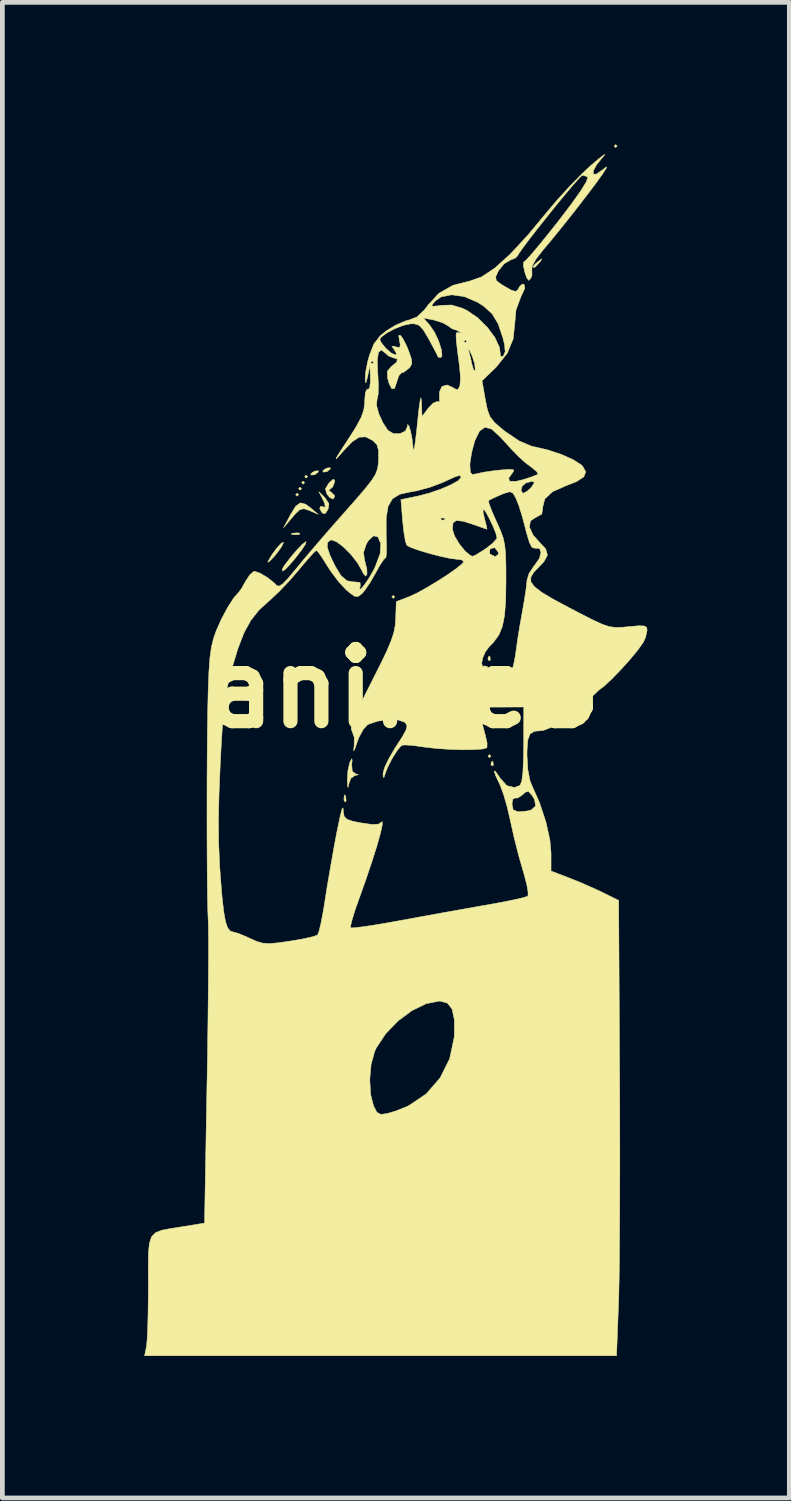
<source format=kicad_pcb>
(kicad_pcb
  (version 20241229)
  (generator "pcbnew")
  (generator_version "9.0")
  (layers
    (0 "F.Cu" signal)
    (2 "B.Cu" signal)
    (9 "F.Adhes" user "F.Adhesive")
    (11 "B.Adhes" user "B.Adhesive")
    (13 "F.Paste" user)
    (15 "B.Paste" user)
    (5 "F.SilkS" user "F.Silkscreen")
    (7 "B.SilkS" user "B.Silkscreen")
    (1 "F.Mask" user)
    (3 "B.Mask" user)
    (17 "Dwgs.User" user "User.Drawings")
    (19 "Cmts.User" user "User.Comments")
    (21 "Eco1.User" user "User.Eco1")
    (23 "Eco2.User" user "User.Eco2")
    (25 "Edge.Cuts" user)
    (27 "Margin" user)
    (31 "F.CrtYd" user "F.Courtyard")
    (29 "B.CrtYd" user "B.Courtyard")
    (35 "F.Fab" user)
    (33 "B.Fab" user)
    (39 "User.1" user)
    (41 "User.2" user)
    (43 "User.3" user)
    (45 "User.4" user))
  (footprint "anime5"
    (layer "F.Cu")
    (at 5.482 11.498)
    (property "Reference" "anime5" (at 0 0 0) (layer "F.SilkS") (effects (font (size 1.524 1.524) (thickness 0.3))))
    (attr through_hole)
    (fp_poly (pts (xy -2.223 -4.096) (xy -2.254 -4.064) (xy -2.286 -4.096) (xy -2.254 -4.128) (xy -2.223 -4.096)) (stroke (width 0.01) (type solid)) (fill yes) (layer "F.SilkS"))
    (fp_poly (pts (xy -2.159 -4.223) (xy -2.191 -4.191) (xy -2.223 -4.223) (xy -2.191 -4.255) (xy -2.159 -4.223)) (stroke (width 0.01) (type solid)) (fill yes) (layer "F.SilkS"))
    (fp_poly (pts (xy -2.095 -4.35) (xy -2.127 -4.318) (xy -2.159 -4.35) (xy -2.127 -4.381) (xy -2.095 -4.35)) (stroke (width 0.01) (type solid)) (fill yes) (layer "F.SilkS"))
    (fp_poly (pts (xy -2.032 -4.477) (xy -2.064 -4.445) (xy -2.095 -4.477) (xy -2.064 -4.508) (xy -2.032 -4.477)) (stroke (width 0.01) (type solid)) (fill yes) (layer "F.SilkS"))
    (fp_poly (pts (xy -0.191 -1.937) (xy -0.222 -1.905) (xy -0.254 -1.937) (xy -0.222 -1.968) (xy -0.191 -1.937)) (stroke (width 0.01) (type solid)) (fill yes) (layer "F.SilkS"))
    (fp_poly (pts (xy 1.841 1.429) (xy 1.81 1.46) (xy 1.778 1.429) (xy 1.81 1.397) (xy 1.841 1.429)) (stroke (width 0.01) (type solid)) (fill yes) (layer "F.SilkS"))
    (fp_poly (pts (xy 4.508 -11.462) (xy 4.477 -11.43) (xy 4.445 -11.462) (xy 4.477 -11.493) (xy 4.508 -11.462)) (stroke (width 0.01) (type solid)) (fill yes) (layer "F.SilkS"))
    (fp_poly (pts (xy -2.207 -3.281) (xy -2.199 -3.257) (xy -2.286 -3.249) (xy -2.376 -3.259) (xy -2.365 -3.281) (xy -2.235 -3.289) (xy -2.207 -3.281)) (stroke (width 0.01) (type solid)) (fill yes) (layer "F.SilkS"))
    (fp_poly (pts (xy -1.227 2.274) (xy -1.219 2.373) (xy -1.232 2.396) (xy -1.26 2.377) (xy -1.265 2.312) (xy -1.249 2.245) (xy -1.227 2.274)) (stroke (width 0.01) (type solid)) (fill yes) (layer "F.SilkS"))
    (fp_poly (pts (xy 1.82 -0.677) (xy 1.828 -0.602) (xy 1.82 -0.593) (xy 1.783 -0.601) (xy 1.778 -0.635) (xy 1.801 -0.687) (xy 1.82 -0.677)) (stroke (width 0.01) (type solid)) (fill yes) (layer "F.SilkS"))
    (fp_poly (pts (xy 1.884 1.545) (xy 1.891 1.621) (xy 1.884 1.63) (xy 1.846 1.621) (xy 1.841 1.587) (xy 1.865 1.535) (xy 1.884 1.545)) (stroke (width 0.01) (type solid)) (fill yes) (layer "F.SilkS"))
    (fp_poly (pts (xy -1.81 -4.571) (xy -1.878 -4.519) (xy -1.951 -4.51) (xy -1.968 -4.533) (xy -1.919 -4.574) (xy -1.87 -4.596) (xy -1.804 -4.601) (xy -1.81 -4.571)) (stroke (width 0.01) (type solid)) (fill yes) (layer "F.SilkS"))
    (fp_poly (pts (xy -1.556 -4.635) (xy -1.624 -4.582) (xy -1.697 -4.573) (xy -1.714 -4.597) (xy -1.665 -4.638) (xy -1.616 -4.66) (xy -1.55 -4.664) (xy -1.556 -4.635)) (stroke (width 0.01) (type solid)) (fill yes) (layer "F.SilkS"))
    (fp_poly (pts (xy 2.901 -9.047) (xy 2.866 -9.001) (xy 2.773 -8.902) (xy 2.732 -8.903) (xy 2.731 -8.914) (xy 2.774 -8.967) (xy 2.842 -9.025) (xy 2.917 -9.08) (xy 2.901 -9.047)) (stroke (width 0.01) (type solid)) (fill yes) (layer "F.SilkS"))
    (fp_poly (pts (xy -2.543 -3.08) (xy -2.582 -2.997) (xy -2.68 -2.862) (xy -2.736 -2.794) (xy -2.834 -2.691) (xy -2.874 -2.668) (xy -2.863 -2.699) (xy -2.781 -2.835) (xy -2.684 -2.966) (xy -2.598 -3.061) (xy -2.548 -3.091) (xy -2.543 -3.08)) (stroke (width 0.01) (type solid)) (fill yes) (layer "F.SilkS"))
    (fp_poly (pts (xy -2.073 -3.894) (xy -1.96 -3.809) (xy -1.81 -3.681) (xy -1.991 -3.759) (xy -2.11 -3.799) (xy -2.198 -3.779) (xy -2.299 -3.683) (xy -2.356 -3.617) (xy -2.54 -3.397) (xy -2.397 -3.667) (xy -2.285 -3.85) (xy -2.186 -3.923) (xy -2.073 -3.894)) (stroke (width 0.01) (type solid)) (fill yes) (layer "F.SilkS"))
    (fp_poly (pts (xy -2.063 -3.101) (xy -2.084 -3.041) (xy -2.164 -2.921) (xy -2.278 -2.772) (xy -2.4 -2.627) (xy -2.503 -2.519) (xy -2.559 -2.48) (xy -2.569 -2.519) (xy -2.528 -2.593) (xy -2.397 -2.765) (xy -2.261 -2.925) (xy -2.145 -3.046) (xy -2.073 -3.101) (xy -2.063 -3.101)) (stroke (width 0.01) (type solid)) (fill yes) (layer "F.SilkS"))
    (fp_poly (pts (xy -1.667 -4.032) (xy -1.581 -3.904) (xy -1.598 -3.794) (xy -1.657 -3.698) (xy -1.706 -3.699) (xy -1.736 -3.725) (xy -1.777 -3.804) (xy -1.756 -3.852) (xy -1.714 -3.842) (xy -1.657 -3.832) (xy -1.676 -3.921) (xy -1.723 -4.021) (xy -1.794 -4.159) (xy -1.667 -4.032)) (stroke (width 0.01) (type solid)) (fill yes) (layer "F.SilkS"))
    (fp_poly (pts (xy -1.463 -4.404) (xy -1.46 -4.366) (xy -1.504 -4.256) (xy -1.54 -4.228) (xy -1.587 -4.186) (xy -1.54 -4.154) (xy -1.467 -4.084) (xy -1.46 -4.059) (xy -1.493 -4.002) (xy -1.566 -4.037) (xy -1.626 -4.112) (xy -1.656 -4.221) (xy -1.586 -4.336) (xy -1.577 -4.345) (xy -1.493 -4.422) (xy -1.463 -4.404)) (stroke (width 0.01) (type solid)) (fill yes) (layer "F.SilkS"))
    (fp_poly (pts (xy -1.091 1.519) (xy -1.101 1.601) (xy -1.089 1.748) (xy -1.023 1.8) (xy -0.957 1.823) (xy -1.016 1.833) (xy -1.028 1.834) (xy -1.121 1.899) (xy -1.161 2.016) (xy -1.178 2.093) (xy -1.188 2.05) (xy -1.193 1.937) (xy -1.181 1.739) (xy -1.146 1.577) (xy -1.138 1.556) (xy -1.098 1.482) (xy -1.091 1.519)) (stroke (width 0.01) (type solid)) (fill yes) (layer "F.SilkS"))
    (fp_poly (pts (xy 4.207 -11.232) (xy 4.071 -11.064) (xy 4.004 -10.937) (xy 4.005 -10.867) (xy 4.073 -10.871) (xy 4.209 -10.966) (xy 4.214 -10.97) (xy 4.282 -11.023) (xy 4.281 -10.998) (xy 4.207 -10.883) (xy 4.19 -10.858) (xy 4.049 -10.662) (xy 3.85 -10.399) (xy 3.618 -10.099) (xy 3.375 -9.792) (xy 3.147 -9.51) (xy 2.956 -9.282) (xy 2.939 -9.262) (xy 2.798 -9.081) (xy 2.717 -8.934) (xy 2.706 -8.862) (xy 2.708 -8.732) (xy 2.684 -8.668) (xy 2.64 -8.623) (xy 2.597 -8.677) (xy 2.558 -8.792) (xy 2.526 -8.936) (xy 2.533 -9.013) (xy 2.542 -9.017) (xy 2.597 -9.065) (xy 2.715 -9.197) (xy 2.883 -9.397) (xy 3.087 -9.65) (xy 3.271 -9.882) (xy 3.547 -10.245) (xy 3.743 -10.521) (xy 3.857 -10.707) (xy 3.888 -10.802) (xy 3.884 -10.81) (xy 3.789 -10.844) (xy 3.758 -10.834) (xy 3.691 -10.768) (xy 3.565 -10.626) (xy 3.397 -10.426) (xy 3.204 -10.191) (xy 3.002 -9.939) (xy 2.806 -9.692) (xy 2.634 -9.47) (xy 2.502 -9.293) (xy 2.425 -9.181) (xy 2.413 -9.155) (xy 2.359 -9.096) (xy 2.255 -9.055) (xy 2.117 -8.972) (xy 2.001 -8.828) (xy 2 -8.826) (xy 1.942 -8.699) (xy 1.954 -8.621) (xy 2.053 -8.544) (xy 2.11 -8.509) (xy 2.274 -8.416) (xy 2.365 -8.39) (xy 2.415 -8.431) (xy 2.438 -8.481) (xy 2.501 -8.546) (xy 2.542 -8.54) (xy 2.558 -8.46) (xy 2.487 -8.305) (xy 2.479 -8.29) (xy 2.37 -7.997) (xy 2.349 -7.753) (xy 2.311 -7.388) (xy 2.185 -7.082) (xy 1.954 -6.794) (xy 1.913 -6.753) (xy 1.653 -6.503) (xy 1.723 -6.104) (xy 1.767 -5.888) (xy 1.823 -5.74) (xy 1.92 -5.618) (xy 2.083 -5.478) (xy 2.146 -5.428) (xy 2.439 -5.231) (xy 2.7 -5.12) (xy 2.758 -5.108) (xy 3.042 -5.042) (xy 3.328 -4.947) (xy 3.577 -4.836) (xy 3.75 -4.726) (xy 3.778 -4.699) (xy 3.845 -4.578) (xy 3.804 -4.472) (xy 3.648 -4.371) (xy 3.432 -4.287) (xy 3.145 -4.16) (xy 2.98 -4.007) (xy 2.934 -3.827) (xy 2.936 -3.808) (xy 2.915 -3.685) (xy 2.798 -3.62) (xy 2.794 -3.62) (xy 2.675 -3.541) (xy 2.655 -3.409) (xy 2.732 -3.242) (xy 2.859 -3.1) (xy 3.001 -2.946) (xy 3.035 -2.817) (xy 2.959 -2.678) (xy 2.857 -2.572) (xy 2.745 -2.454) (xy 2.684 -2.352) (xy 2.685 -2.256) (xy 2.758 -2.154) (xy 2.911 -2.035) (xy 3.154 -1.889) (xy 3.498 -1.705) (xy 3.715 -1.592) (xy 3.994 -1.45) (xy 4.192 -1.358) (xy 4.343 -1.308) (xy 4.477 -1.29) (xy 4.627 -1.295) (xy 4.747 -1.307) (xy 4.963 -1.326) (xy 5.083 -1.322) (xy 5.132 -1.29) (xy 5.141 -1.23) (xy 5.108 -1.08) (xy 5.062 -0.979) (xy 4.953 -0.824) (xy 4.79 -0.625) (xy 4.597 -0.41) (xy 4.403 -0.21) (xy 4.235 -0.052) (xy 4.122 0.033) (xy 3.979 0.166) (xy 3.898 0.33) (xy 3.828 0.485) (xy 3.714 0.551) (xy 3.661 0.56) (xy 3.495 0.609) (xy 3.303 0.706) (xy 3.257 0.735) (xy 3.09 0.831) (xy 2.948 0.885) (xy 2.917 0.889) (xy 2.762 0.903) (xy 2.667 0.96) (xy 2.62 1.087) (xy 2.604 1.307) (xy 2.603 1.407) (xy 2.62 1.711) (xy 2.667 1.951) (xy 2.7 2.033) (xy 2.869 2.415) (xy 3.003 2.821) (xy 3.088 3.205) (xy 3.111 3.476) (xy 3.111 3.856) (xy 3.477 3.995) (xy 3.754 4.107) (xy 4.052 4.239) (xy 4.191 4.305) (xy 4.54 4.477) (xy 4.56 8.191) (xy 4.563 8.907) (xy 4.564 9.617) (xy 4.564 10.305) (xy 4.562 10.954) (xy 4.559 11.55) (xy 4.555 12.077) (xy 4.549 12.517) (xy 4.542 12.856) (xy 4.537 13.002) (xy 4.495 14.097) (xy -5.477 14.097) (xy -5.437 13.899) (xy -5.424 13.769) (xy -5.412 13.539) (xy -5.404 13.235) (xy -5.399 12.881) (xy -5.397 12.627) (xy -5.399 12.222) (xy -5.395 11.925) (xy -5.375 11.718) (xy -5.328 11.581) (xy -5.244 11.496) (xy -5.111 11.445) (xy -4.918 11.408) (xy -4.661 11.368) (xy -4.21 11.295) (xy -4.158 8.33) (xy -4.156 8.264) (xy -0.719 8.264) (xy -0.7 8.58) (xy -0.641 8.814) (xy -0.57 8.952) (xy -0.487 8.998) (xy -0.356 8.982) (xy -0.173 8.927) (xy 0.044 8.841) (xy 0.108 8.811) (xy 0.477 8.562) (xy 0.768 8.225) (xy 0.969 7.822) (xy 1.064 7.373) (xy 1.067 7.336) (xy 1.069 7.003) (xy 1.022 6.777) (xy 0.923 6.648) (xy 0.766 6.604) (xy 0.752 6.604) (xy 0.472 6.659) (xy 0.169 6.807) (xy -0.126 7.027) (xy -0.385 7.297) (xy -0.581 7.593) (xy -0.617 7.671) (xy -0.691 7.943) (xy -0.719 8.264) (xy -4.156 8.264) (xy -4.147 7.711) (xy -4.139 7.116) (xy -4.133 6.561) (xy -4.128 6.06) (xy -4.126 5.629) (xy -4.126 5.283) (xy -4.129 5.037) (xy -4.132 4.921) (xy -4.141 4.708) (xy -4.148 4.387) (xy -4.153 3.981) (xy -4.156 3.508) (xy -4.158 2.99) (xy -4.158 2.797) (xy -3.916 2.797) (xy -3.911 3.287) (xy -3.89 3.759) (xy -3.873 4) (xy -3.839 4.416) (xy -3.804 4.721) (xy -3.766 4.93) (xy -3.72 5.06) (xy -3.663 5.127) (xy -3.596 5.146) (xy -3.498 5.173) (xy -3.338 5.239) (xy -3.27 5.271) (xy -3.116 5.34) (xy -2.985 5.379) (xy -2.841 5.389) (xy -2.647 5.372) (xy -2.368 5.331) (xy -2.33 5.325) (xy -2.099 5.284) (xy -1.919 5.242) (xy -1.825 5.21) (xy -1.822 5.207) (xy -1.791 5.128) (xy -1.749 4.954) (xy -1.704 4.717) (xy -1.684 4.597) (xy -1.62 4.191) (xy -1.549 3.774) (xy -1.479 3.378) (xy -1.414 3.031) (xy -1.359 2.764) (xy -1.337 2.667) (xy -1.302 2.536) (xy -1.284 2.522) (xy -1.276 2.609) (xy -1.26 2.704) (xy -1.201 2.763) (xy -1.069 2.807) (xy -0.905 2.839) (xy -0.673 2.872) (xy -0.539 2.866) (xy -0.488 2.834) (xy -0.453 2.812) (xy -0.457 2.896) (xy -0.497 3.071) (xy -0.568 3.324) (xy -0.668 3.641) (xy -0.791 4.008) (xy -0.934 4.411) (xy -0.954 4.464) (xy -1.039 4.709) (xy -1.099 4.908) (xy -1.127 5.031) (xy -1.125 5.056) (xy -1.054 5.056) (xy -0.88 5.036) (xy -0.624 4.997) (xy -0.308 4.944) (xy -0.053 4.898) (xy 0.376 4.819) (xy 0.84 4.735) (xy 1.289 4.655) (xy 1.676 4.586) (xy 1.778 4.569) (xy 2.083 4.513) (xy 2.341 4.461) (xy 2.529 4.417) (xy 2.619 4.388) (xy 2.622 4.385) (xy 2.627 4.307) (xy 2.598 4.141) (xy 2.539 3.916) (xy 2.515 3.836) (xy 2.423 3.514) (xy 2.33 3.144) (xy 2.254 2.805) (xy 2.252 2.794) (xy 2.187 2.512) (xy 2.167 2.441) (xy 2.286 2.441) (xy 2.311 2.564) (xy 2.41 2.603) (xy 2.44 2.603) (xy 2.604 2.588) (xy 2.694 2.565) (xy 2.785 2.481) (xy 2.762 2.343) (xy 2.706 2.254) (xy 2.632 2.173) (xy 2.565 2.192) (xy 2.511 2.243) (xy 2.407 2.313) (xy 2.344 2.315) (xy 2.302 2.34) (xy 2.286 2.441) (xy 2.167 2.441) (xy 2.112 2.249) (xy 2.04 2.051) (xy 2.025 2.019) (xy 1.94 1.839) (xy 1.909 1.744) (xy 1.932 1.745) (xy 2.007 1.85) (xy 2.031 1.889) (xy 2.177 2.052) (xy 2.339 2.091) (xy 2.456 2.046) (xy 2.492 1.962) (xy 2.517 1.762) (xy 2.53 1.441) (xy 2.533 1.194) (xy 2.535 0.39) (xy 2.064 0.392) (xy 1.593 0.393) (xy 1.628 0.594) (xy 1.673 0.805) (xy 1.727 1.004) (xy 1.76 1.155) (xy 1.757 1.248) (xy 1.753 1.253) (xy 1.664 1.278) (xy 1.481 1.291) (xy 1.235 1.293) (xy 0.958 1.285) (xy 0.683 1.266) (xy 0.44 1.238) (xy 0.399 1.232) (xy 0.185 1.202) (xy 0.023 1.192) (xy -0.047 1.201) (xy -0.135 1.302) (xy -0.242 1.47) (xy -0.338 1.655) (xy -0.384 1.773) (xy -0.42 1.879) (xy -0.435 1.869) (xy -0.439 1.795) (xy -0.408 1.677) (xy -0.321 1.491) (xy -0.195 1.273) (xy -0.163 1.224) (xy -0.025 1.009) (xy 0.049 0.872) (xy 0.067 0.789) (xy 0.04 0.734) (xy 0.012 0.709) (xy -0.126 0.663) (xy -0.332 0.658) (xy -0.558 0.691) (xy -0.754 0.758) (xy -0.763 0.763) (xy -0.854 0.859) (xy -0.947 1.03) (xy -0.984 1.129) (xy -1.037 1.283) (xy -1.059 1.32) (xy -1.053 1.243) (xy -1.049 1.213) (xy -1.047 1.031) (xy -1.092 0.906) (xy -1.111 0.851) (xy -1.096 0.757) (xy -1.043 0.607) (xy -0.944 0.387) (xy -0.793 0.081) (xy -0.677 -0.149) (xy -0.491 -0.518) (xy -0.483 -0.533) (xy 1.645 -0.533) (xy 1.664 -0.468) (xy 1.714 -0.476) (xy 1.768 -0.461) (xy 1.778 -0.413) (xy 1.806 -0.343) (xy 1.837 -0.347) (xy 1.919 -0.339) (xy 1.936 -0.319) (xy 2.036 -0.258) (xy 2.168 -0.274) (xy 2.272 -0.357) (xy 2.276 -0.365) (xy 2.317 -0.492) (xy 2.357 -0.688) (xy 2.371 -0.794) (xy 2.402 -1.016) (xy 2.448 -1.304) (xy 2.5 -1.598) (xy 2.504 -1.619) (xy 2.549 -1.879) (xy 2.584 -2.108) (xy 2.601 -2.264) (xy 2.601 -2.283) (xy 2.646 -2.431) (xy 2.752 -2.591) (xy 2.77 -2.612) (xy 2.866 -2.75) (xy 2.898 -2.877) (xy 2.868 -2.96) (xy 2.775 -2.966) (xy 2.768 -2.964) (xy 2.71 -2.98) (xy 2.654 -3.087) (xy 2.59 -3.3) (xy 2.569 -3.386) (xy 2.502 -3.638) (xy 2.431 -3.864) (xy 2.371 -4.015) (xy 2.371 -4.017) (xy 2.308 -4.126) (xy 2.242 -4.158) (xy 2.125 -4.125) (xy 2.049 -4.094) (xy 1.895 -4.026) (xy 1.8 -3.977) (xy 1.79 -3.97) (xy 1.802 -3.904) (xy 1.858 -3.754) (xy 1.947 -3.552) (xy 1.961 -3.52) (xy 2.043 -3.339) (xy 2.098 -3.188) (xy 2.132 -3.033) (xy 2.151 -2.844) (xy 2.158 -2.588) (xy 2.159 -2.273) (xy 2.153 -1.858) (xy 2.129 -1.546) (xy 2.083 -1.312) (xy 2.008 -1.13) (xy 1.897 -0.978) (xy 1.806 -0.886) (xy 1.724 -0.777) (xy 1.668 -0.647) (xy 1.645 -0.533) (xy -0.483 -0.533) (xy -0.357 -0.797) (xy -0.267 -1.011) (xy -0.211 -1.181) (xy -0.182 -1.331) (xy -0.172 -1.474) (xy -0.159 -1.836) (xy 0.114 -1.941) (xy 0.277 -2.016) (xy 0.485 -2.131) (xy 0.712 -2.268) (xy 0.931 -2.409) (xy 1.114 -2.538) (xy 1.235 -2.637) (xy 1.269 -2.683) (xy 1.216 -2.72) (xy 1.126 -2.731) (xy 0.986 -2.748) (xy 0.78 -2.792) (xy 0.547 -2.852) (xy 0.325 -2.918) (xy 0.151 -2.98) (xy 0.064 -3.025) (xy 0.034 -3.112) (xy 0.004 -3.288) (xy -0.007 -3.382) (xy 1.028 -3.382) (xy 1.029 -3.359) (xy 1.074 -3.22) (xy 1.173 -3.055) (xy 1.295 -2.904) (xy 1.41 -2.809) (xy 1.458 -2.794) (xy 1.528 -2.827) (xy 1.662 -2.909) (xy 1.694 -2.93) (xy 1.815 -2.93) (xy 1.816 -2.845) (xy 1.911 -2.796) (xy 1.945 -2.794) (xy 1.999 -2.839) (xy 1.991 -2.889) (xy 1.919 -2.977) (xy 1.834 -2.955) (xy 1.815 -2.93) (xy 1.694 -2.93) (xy 1.732 -2.955) (xy 1.875 -3.067) (xy 1.959 -3.162) (xy 1.968 -3.189) (xy 1.945 -3.281) (xy 1.886 -3.426) (xy 1.811 -3.585) (xy 1.738 -3.72) (xy 1.687 -3.791) (xy 1.677 -3.793) (xy 1.676 -3.723) (xy 1.707 -3.583) (xy 1.711 -3.568) (xy 1.747 -3.431) (xy 1.758 -3.367) (xy 1.758 -3.366) (xy 1.697 -3.386) (xy 1.558 -3.435) (xy 1.492 -3.459) (xy 1.254 -3.535) (xy 1.11 -3.55) (xy 1.041 -3.501) (xy 1.028 -3.382) (xy -0.007 -3.382) (xy -0.022 -3.518) (xy -0.024 -3.536) (xy -0.029 -3.598) (xy 0.783 -3.598) (xy 0.792 -3.561) (xy 0.826 -3.556) (xy 0.878 -3.579) (xy 0.868 -3.598) (xy 0.792 -3.606) (xy 0.783 -3.598) (xy -0.029 -3.598) (xy -0.061 -3.992) (xy 0.3 -4.067) (xy 0.538 -4.129) (xy 0.705 -4.187) (xy 2.476 -4.187) (xy 2.512 -4.13) (xy 2.53 -4.128) (xy 2.609 -4.17) (xy 2.699 -4.255) (xy 2.76 -4.351) (xy 2.716 -4.38) (xy 2.577 -4.343) (xy 2.501 -4.276) (xy 2.476 -4.187) (xy 0.705 -4.187) (xy 0.779 -4.212) (xy 0.991 -4.303) (xy 1.143 -4.388) (xy 1.206 -4.454) (xy 1.206 -4.458) (xy 1.2 -4.494) (xy 1.164 -4.5) (xy 1.073 -4.468) (xy 0.902 -4.391) (xy 0.82 -4.353) (xy 0.558 -4.254) (xy 0.273 -4.177) (xy 0.144 -4.155) (xy -0.084 -4.105) (xy -0.239 -4.01) (xy -0.331 -3.851) (xy -0.372 -3.608) (xy -0.372 -3.263) (xy -0.371 -3.235) (xy -0.365 -3.007) (xy -0.367 -2.84) (xy -0.379 -2.765) (xy -0.383 -2.763) (xy -0.427 -2.723) (xy -0.509 -2.598) (xy -0.594 -2.445) (xy -0.71 -2.243) (xy -0.824 -2.075) (xy -0.887 -2.002) (xy -0.967 -1.944) (xy -1.041 -1.95) (xy -1.15 -2.028) (xy -1.216 -2.085) (xy -1.372 -2.251) (xy -1.537 -2.469) (xy -1.619 -2.596) (xy -1.727 -2.768) (xy -1.811 -2.886) (xy -1.846 -2.92) (xy -1.9 -2.874) (xy -2.012 -2.752) (xy -2.161 -2.577) (xy -2.22 -2.506) (xy -2.421 -2.273) (xy -2.637 -2.046) (xy -2.825 -1.87) (xy -2.843 -1.856) (xy -3.061 -1.656) (xy -3.233 -1.439) (xy -3.376 -1.178) (xy -3.505 -0.844) (xy -3.62 -0.466) (xy -3.685 -0.222) (xy -3.736 0.001) (xy -3.776 0.229) (xy -3.807 0.485) (xy -3.833 0.796) (xy -3.857 1.186) (xy -3.879 1.616) (xy -3.905 2.251) (xy -3.916 2.797) (xy -4.158 2.797) (xy -4.158 2.446) (xy -4.157 1.897) (xy -4.154 1.363) (xy -4.149 0.864) (xy -4.142 0.422) (xy -4.134 0.055) (xy -4.133 0.034) (xy -4.118 -0.355) (xy -4.097 -0.646) (xy -4.066 -0.871) (xy -4.02 -1.059) (xy -3.964 -1.219) (xy -3.851 -1.473) (xy -3.719 -1.718) (xy -3.591 -1.917) (xy -3.489 -2.032) (xy -3.434 -2.105) (xy -3.355 -2.244) (xy -3.341 -2.27) (xy -3.251 -2.406) (xy -3.168 -2.475) (xy -3.156 -2.477) (xy -3.037 -2.438) (xy -2.88 -2.344) (xy -2.736 -2.229) (xy -2.693 -2.183) (xy -2.642 -2.161) (xy -2.562 -2.207) (xy -2.44 -2.333) (xy -2.28 -2.525) (xy -2.114 -2.727) (xy -1.894 -2.986) (xy -1.617 -2.986) (xy -1.561 -2.818) (xy -1.457 -2.599) (xy -1.329 -2.387) (xy -1.202 -2.277) (xy -1.05 -2.251) (xy -1.029 -2.253) (xy -0.924 -2.24) (xy -0.919 -2.171) (xy -0.937 -2.096) (xy -0.903 -2.108) (xy -0.834 -2.188) (xy -0.746 -2.316) (xy -0.654 -2.472) (xy -0.608 -2.562) (xy -0.5 -2.85) (xy -0.487 -3.063) (xy -0.487 -3.064) (xy -0.548 -3.204) (xy -0.64 -3.226) (xy -0.745 -3.13) (xy -0.791 -3.054) (xy -0.852 -2.873) (xy -0.824 -2.691) (xy -0.818 -2.674) (xy -0.78 -2.52) (xy -0.778 -2.412) (xy -0.806 -2.375) (xy -0.857 -2.433) (xy -0.877 -2.477) (xy -0.977 -2.653) (xy -1.119 -2.835) (xy -1.278 -2.994) (xy -1.425 -3.105) (xy -1.534 -3.141) (xy -1.546 -3.138) (xy -1.611 -3.086) (xy -1.617 -2.986) (xy -1.894 -2.986) (xy -1.888 -2.993) (xy -1.627 -3.296) (xy -1.356 -3.605) (xy -1.243 -3.733) (xy -0.986 -4.024) (xy -0.801 -4.241) (xy -0.676 -4.401) (xy -0.599 -4.525) (xy -0.558 -4.631) (xy -0.544 -4.712) (xy 1.397 -4.712) (xy 1.406 -4.568) (xy 1.449 -4.521) (xy 1.54 -4.538) (xy 1.684 -4.57) (xy 1.896 -4.601) (xy 2.032 -4.616) (xy 2.227 -4.631) (xy 2.317 -4.622) (xy 2.319 -4.587) (xy 2.302 -4.566) (xy 2.215 -4.444) (xy 2.237 -4.379) (xy 2.366 -4.376) (xy 2.514 -4.412) (xy 2.692 -4.469) (xy 2.811 -4.515) (xy 2.836 -4.53) (xy 2.811 -4.581) (xy 2.709 -4.667) (xy 2.695 -4.677) (xy 2.567 -4.773) (xy 2.428 -4.899) (xy 2.254 -5.079) (xy 2.036 -5.318) (xy 1.858 -5.48) (xy 1.716 -5.521) (xy 1.6 -5.44) (xy 1.501 -5.236) (xy 1.498 -5.227) (xy 1.436 -4.999) (xy 1.4 -4.779) (xy 1.397 -4.712) (xy -0.544 -4.712) (xy -0.54 -4.739) (xy -0.533 -4.828) (xy -0.534 -5.032) (xy -0.569 -5.154) (xy -0.652 -5.237) (xy -0.654 -5.239) (xy -0.805 -5.317) (xy -0.942 -5.311) (xy -1.091 -5.214) (xy -1.265 -5.032) (xy -1.377 -4.905) (xy -1.432 -4.85) (xy -1.426 -4.875) (xy -1.356 -4.989) (xy -1.219 -5.199) (xy -1.176 -5.264) (xy -1.007 -5.531) (xy -0.901 -5.728) (xy -0.846 -5.886) (xy -0.833 -5.986) (xy -0.577 -5.986) (xy -0.53 -5.809) (xy -0.44 -5.613) (xy -0.334 -5.454) (xy -0.221 -5.387) (xy -0.081 -5.385) (xy 0.032 -5.44) (xy 0.068 -5.516) (xy 0.082 -5.579) (xy 0.11 -5.544) (xy 0.143 -5.437) (xy 0.173 -5.285) (xy 0.193 -5.116) (xy 0.196 -5.08) (xy 0.206 -5.028) (xy 0.225 -5.09) (xy 0.249 -5.255) (xy 0.278 -5.509) (xy 0.286 -5.588) (xy 0.317 -5.883) (xy 0.342 -6.069) (xy 0.361 -6.141) (xy 0.372 -6.093) (xy 0.373 -6.064) (xy 0.385 -5.747) (xy 0.516 -5.922) (xy 0.618 -6.029) (xy 0.698 -6.063) (xy 0.706 -6.06) (xy 0.755 -6.059) (xy 0.756 -6.075) (xy 0.752 -6.176) (xy 0.754 -6.271) (xy 0.807 -6.384) (xy 0.92 -6.414) (xy 1.051 -6.352) (xy 1.065 -6.339) (xy 1.139 -6.311) (xy 1.185 -6.393) (xy 1.198 -6.569) (xy 1.177 -6.814) (xy 1.134 -7.132) (xy 1.13 -7.169) (xy 1.363 -7.169) (xy 1.369 -7.144) (xy 1.41 -6.987) (xy 1.446 -6.826) (xy 1.479 -6.723) (xy 1.506 -6.728) (xy 1.509 -6.739) (xy 1.498 -6.864) (xy 1.442 -7.032) (xy 1.431 -7.057) (xy 1.378 -7.161) (xy 1.363 -7.169) (xy 1.13 -7.169) (xy 1.111 -7.334) (xy 1.27 -7.334) (xy 1.302 -7.303) (xy 1.333 -7.334) (xy 1.302 -7.366) (xy 1.27 -7.334) (xy 1.111 -7.334) (xy 1.11 -7.343) (xy 1.104 -7.467) (xy 1.116 -7.521) (xy 1.145 -7.525) (xy 1.161 -7.517) (xy 1.203 -7.506) (xy 1.185 -7.53) (xy 1.107 -7.577) (xy 1.09 -7.577) (xy 1.015 -7.605) (xy 0.948 -7.656) (xy 0.818 -7.73) (xy 0.639 -7.785) (xy 0.631 -7.787) (xy 0.413 -7.829) (xy 0.548 -7.677) (xy 0.648 -7.53) (xy 0.734 -7.348) (xy 0.792 -7.169) (xy 0.807 -7.036) (xy 0.791 -6.997) (xy 0.73 -6.999) (xy 0.72 -7.017) (xy 0.678 -7.104) (xy 0.594 -7.262) (xy 0.52 -7.398) (xy 0.411 -7.58) (xy 0.323 -7.674) (xy 0.223 -7.706) (xy 0.143 -7.706) (xy -0.009 -7.674) (xy -0.19 -7.603) (xy -0.36 -7.513) (xy -0.478 -7.425) (xy -0.508 -7.373) (xy -0.469 -7.298) (xy -0.379 -7.187) (xy -0.268 -7.091) (xy -0.183 -7.05) (xy -0.15 -7.069) (xy -0.196 -7.152) (xy -0.199 -7.156) (xy -0.251 -7.232) (xy -0.209 -7.233) (xy -0.168 -7.218) (xy -0.087 -7.203) (xy -0.075 -7.268) (xy -0.091 -7.339) (xy -0.107 -7.455) (xy -0.08 -7.471) (xy -0.023 -7.4) (xy 0.052 -7.256) (xy 0.098 -7.146) (xy 0.159 -6.969) (xy 0.17 -6.865) (xy 0.132 -6.792) (xy 0.107 -6.766) (xy 0.003 -6.686) (xy -0.051 -6.668) (xy -0.103 -6.612) (xy -0.149 -6.478) (xy -0.152 -6.465) (xy -0.197 -6.338) (xy -0.253 -6.333) (xy -0.312 -6.447) (xy -0.342 -6.555) (xy -0.348 -6.705) (xy -0.264 -6.803) (xy -0.255 -6.809) (xy -0.147 -6.9) (xy -0.141 -6.966) (xy -0.214 -6.985) (xy -0.326 -7.03) (xy -0.38 -7.08) (xy -0.475 -7.153) (xy -0.535 -7.105) (xy -0.56 -6.939) (xy -0.549 -6.656) (xy -0.548 -6.643) (xy -0.536 -6.406) (xy -0.542 -6.213) (xy -0.565 -6.104) (xy -0.566 -6.102) (xy -0.577 -5.986) (xy -0.833 -5.986) (xy -0.826 -6.036) (xy -0.826 -6.078) (xy -0.813 -6.25) (xy -0.779 -6.321) (xy -0.762 -6.318) (xy -0.722 -6.347) (xy -0.706 -6.484) (xy -0.707 -6.553) (xy -0.715 -6.826) (xy -0.762 -6.604) (xy -0.793 -6.474) (xy -0.809 -6.463) (xy -0.817 -6.545) (xy -0.804 -6.699) (xy -0.766 -6.89) (xy -0.699 -6.89) (xy -0.667 -6.858) (xy -0.635 -6.89) (xy -0.667 -6.921) (xy -0.699 -6.89) (xy -0.766 -6.89) (xy -0.761 -6.913) (xy -0.727 -7.039) (xy -0.632 -7.281) (xy -0.495 -7.456) (xy -0.371 -7.557) (xy -0.169 -7.679) (xy 0.035 -7.766) (xy 0.105 -7.785) (xy 0.281 -7.853) (xy 0.438 -8.002) (xy 0.507 -8.095) (xy 0.518 -8.107) (xy 0.596 -8.107) (xy 0.605 -8.076) (xy 0.713 -8.085) (xy 0.797 -8.097) (xy 1.013 -8.103) (xy 1.23 -8.038) (xy 1.333 -7.989) (xy 1.556 -7.838) (xy 1.763 -7.635) (xy 1.926 -7.415) (xy 2.02 -7.21) (xy 2.032 -7.126) (xy 2.045 -7.017) (xy 2.09 -7.019) (xy 2.105 -7.032) (xy 2.142 -7.116) (xy 2.129 -7.265) (xy 2.094 -7.41) (xy 1.993 -7.708) (xy 1.865 -7.919) (xy 1.682 -8.083) (xy 1.557 -8.162) (xy 1.28 -8.281) (xy 1.013 -8.319) (xy 0.787 -8.275) (xy 0.664 -8.189) (xy 0.596 -8.107) (xy 0.518 -8.107) (xy 0.739 -8.349) (xy 1.034 -8.518) (xy 1.401 -8.612) (xy 1.643 -8.697) (xy 1.925 -8.885) (xy 2.25 -9.179) (xy 2.623 -9.582) (xy 2.971 -10.001) (xy 3.218 -10.296) (xy 3.495 -10.6) (xy 3.763 -10.875) (xy 3.945 -11.045) (xy 4.117 -11.191) (xy 4.221 -11.272) (xy 4.249 -11.282) (xy 4.207 -11.232)) (stroke (width 0.01) (type solid)) (fill yes) (layer "F.SilkS")))
  (gr_rect
    (start -3 -3)
    (end 13.628 28.601)
    (stroke (width 0.1) (type default))
    (fill no)
    (layer "Edge.Cuts")))
</source>
